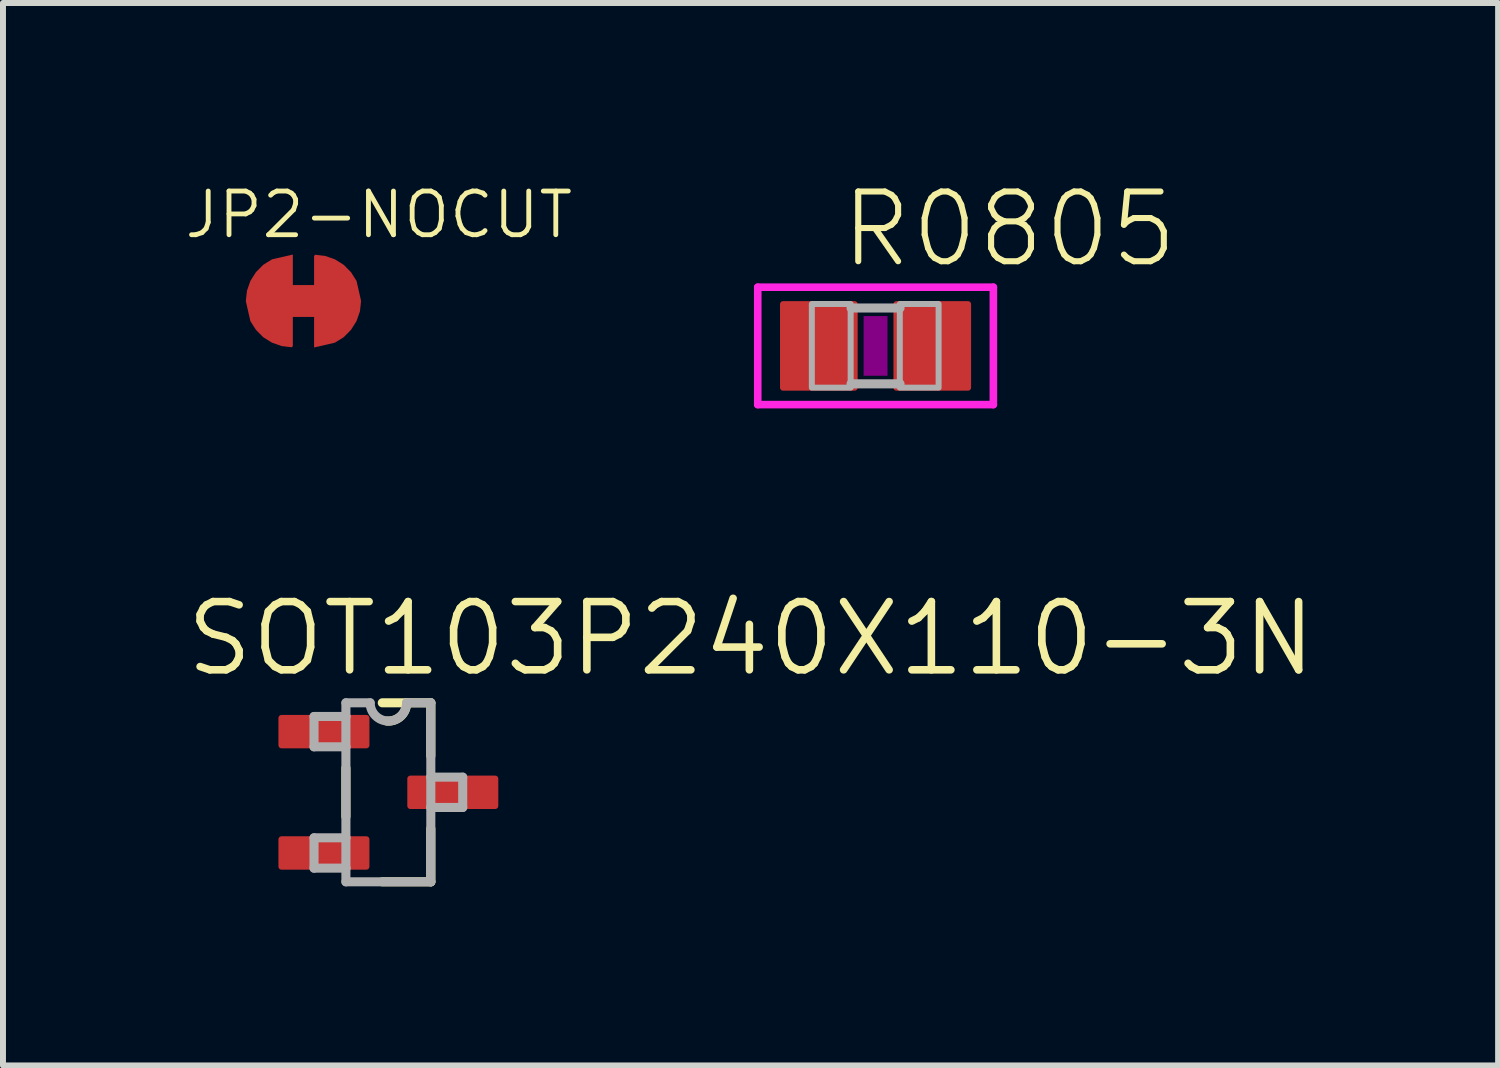
<source format=kicad_pcb>
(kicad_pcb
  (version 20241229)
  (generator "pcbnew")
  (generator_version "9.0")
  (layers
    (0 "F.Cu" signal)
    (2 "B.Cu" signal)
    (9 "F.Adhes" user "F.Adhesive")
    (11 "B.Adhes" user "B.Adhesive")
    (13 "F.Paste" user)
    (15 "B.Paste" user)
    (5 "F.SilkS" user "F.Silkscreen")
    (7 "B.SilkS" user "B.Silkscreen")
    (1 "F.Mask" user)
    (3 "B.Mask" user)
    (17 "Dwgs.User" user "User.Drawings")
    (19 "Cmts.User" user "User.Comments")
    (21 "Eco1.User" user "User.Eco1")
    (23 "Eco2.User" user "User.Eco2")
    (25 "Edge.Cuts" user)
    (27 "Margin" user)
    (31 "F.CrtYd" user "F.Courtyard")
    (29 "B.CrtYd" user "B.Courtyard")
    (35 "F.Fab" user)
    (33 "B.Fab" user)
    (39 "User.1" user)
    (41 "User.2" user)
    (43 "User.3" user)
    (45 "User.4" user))
  (footprint "R0805"
    (layer "F.Cu")
    (at 11.613 2.743)
    (property "Reference" "R0805" (at -0.635 -1.27 0) (layer "F.SilkS") (effects (font (size 1.168 1.168) (thickness 0.102)) (justify left bottom)))
    (fp_poly (pts (xy -0.2 0.5) (xy 0.2 0.5) (xy 0.2 -0.5) (xy -0.2 -0.5)) (stroke (width 0) (type solid)) (fill yes) (layer "F.Adhes"))
    (fp_line (start -1.973 -0.983) (end 1.973 -0.983) (stroke (width 0.127) (type solid)) (layer "F.CrtYd"))
    (fp_line (start -1.973 0.983) (end -1.973 -0.983) (stroke (width 0.127) (type solid)) (layer "F.CrtYd"))
    (fp_line (start 1.973 -0.983) (end 1.973 0.983) (stroke (width 0.127) (type solid)) (layer "F.CrtYd"))
    (fp_line (start 1.973 0.983) (end -1.973 0.983) (stroke (width 0.127) (type solid)) (layer "F.CrtYd"))
    (fp_line (start -0.41 -0.635) (end 0.41 -0.635) (stroke (width 0.152) (type solid)) (layer "F.Fab"))
    (fp_line (start -0.41 0.635) (end 0.41 0.635) (stroke (width 0.152) (type solid)) (layer "F.Fab"))
    (fp_poly (pts (xy -1.067 0.699) (xy -0.417 0.699) (xy -0.417 -0.702) (xy -1.067 -0.702)) (stroke (width 0.1) (type solid)) (fill no) (layer "F.Fab"))
    (fp_poly (pts (xy 0.406 0.699) (xy 1.056 0.699) (xy 1.056 -0.702) (xy 0.406 -0.702)) (stroke (width 0.1) (type solid)) (fill no) (layer "F.Fab"))
    (pad "1" smd roundrect (at -0.95 0) (size 1.3 1.5) (layers "F.Cu" "F.Mask" "F.Paste") (roundrect_rratio 0.039))
    (pad "2" smd roundrect (at 0.95 0) (size 1.3 1.5) (layers "F.Cu" "F.Mask" "F.Paste") (roundrect_rratio 0.039)))
  (footprint "SOT103P240X110-3N"
    (layer "F.Cu")
    (at 3.454 10.219)
    (property "Reference" "SOT103P240X110-3N" (at -3.454 -1.905 0) (layer "F.SilkS") (effects (font (size 1.143 1.143) (thickness 0.127)) (justify left bottom)))
    (fp_line (start -0.711 -0.406) (end -0.711 0.406) (stroke (width 0.152) (type solid)) (layer "F.SilkS"))
    (fp_line (start -0.102 1.499) (end 0.711 1.499) (stroke (width 0.152) (type solid)) (layer "F.SilkS"))
    (fp_line (start 0.305 -1.499) (end -0.102 -1.499) (stroke (width 0.152) (type solid)) (layer "F.SilkS"))
    (fp_line (start 0.711 -1.499) (end 0.305 -1.499) (stroke (width 0.152) (type solid)) (layer "F.SilkS"))
    (fp_line (start 0.711 -0.61) (end 0.711 -1.499) (stroke (width 0.152) (type solid)) (layer "F.SilkS"))
    (fp_line (start 0.711 1.499) (end 0.711 0.61) (stroke (width 0.152) (type solid)) (layer "F.SilkS"))
    (fp_arc (start 0.3048 -1.4986) (mid 0.206758 -1.273554) (end -0.0254 -1.1938) (stroke (width 0.1524) (type solid)) (layer "F.SilkS"))
    (fp_line (start -1.245 -1.27) (end -1.245 -0.762) (stroke (width 0.152) (type solid)) (layer "F.Fab"))
    (fp_line (start -1.245 -0.762) (end -0.711 -0.762) (stroke (width 0.152) (type solid)) (layer "F.Fab"))
    (fp_line (start -1.245 0.762) (end -1.245 1.27) (stroke (width 0.152) (type solid)) (layer "F.Fab"))
    (fp_line (start -1.245 1.27) (end -0.711 1.27) (stroke (width 0.152) (type solid)) (layer "F.Fab"))
    (fp_line (start -0.711 -1.499) (end -0.711 -1.27) (stroke (width 0.152) (type solid)) (layer "F.Fab"))
    (fp_line (start -0.711 -1.27) (end -1.245 -1.27) (stroke (width 0.152) (type solid)) (layer "F.Fab"))
    (fp_line (start -0.711 -1.27) (end -0.711 -0.762) (stroke (width 0.152) (type solid)) (layer "F.Fab"))
    (fp_line (start -0.711 -0.762) (end -0.711 0.762) (stroke (width 0.152) (type solid)) (layer "F.Fab"))
    (fp_line (start -0.711 0.762) (end -1.245 0.762) (stroke (width 0.152) (type solid)) (layer "F.Fab"))
    (fp_line (start -0.711 1.27) (end -0.711 0.762) (stroke (width 0.152) (type solid)) (layer "F.Fab"))
    (fp_line (start -0.711 1.499) (end -0.711 1.27) (stroke (width 0.152) (type solid)) (layer "F.Fab"))
    (fp_line (start -0.711 1.499) (end 0.711 1.499) (stroke (width 0.152) (type solid)) (layer "F.Fab"))
    (fp_line (start -0.305 -1.499) (end -0.711 -1.499) (stroke (width 0.152) (type solid)) (layer "F.Fab"))
    (fp_line (start 0.711 -1.499) (end 0.305 -1.499) (stroke (width 0.152) (type solid)) (layer "F.Fab"))
    (fp_line (start 0.711 -0.254) (end 0.711 -1.499) (stroke (width 0.152) (type solid)) (layer "F.Fab"))
    (fp_line (start 0.711 0.254) (end 0.711 -0.254) (stroke (width 0.152) (type solid)) (layer "F.Fab"))
    (fp_line (start 0.711 0.254) (end 1.245 0.254) (stroke (width 0.152) (type solid)) (layer "F.Fab"))
    (fp_line (start 0.711 1.499) (end 0.711 0.254) (stroke (width 0.152) (type solid)) (layer "F.Fab"))
    (fp_line (start 1.245 -0.254) (end 0.711 -0.254) (stroke (width 0.152) (type solid)) (layer "F.Fab"))
    (fp_line (start 1.245 0.254) (end 1.245 -0.254) (stroke (width 0.152) (type solid)) (layer "F.Fab"))
    (fp_arc (start 0.3048 -1.4986) (mid 0 -1.1938) (end -0.3048 -1.4986) (stroke (width 0.1524) (type solid)) (layer "F.Fab"))
    (pad "1" smd roundrect (at -1.079 -1.016) (size 1.524 0.559) (layers "F.Cu" "F.Mask" "F.Paste") (roundrect_rratio 0.091))
    (pad "2" smd roundrect (at -1.079 1.016) (size 1.524 0.559) (layers "F.Cu" "F.Mask" "F.Paste") (roundrect_rratio 0.091))
    (pad "3" smd roundrect (at 1.079 0) (size 1.524 0.559) (layers "F.Cu" "F.Mask" "F.Paste") (roundrect_rratio 0.091)))
  (footprint "JP2-NOCUT"
    (layer "F.Cu")
    (at 2.032 1.991)
    (property "Reference" "JP2-NOCUT" (at -2.032 -1.016 0) (layer "F.SilkS") (effects (font (size 0.732 0.732) (thickness 0.081)) (justify left bottom)))
    (fp_poly (pts (xy 0.363 -0.755) (xy 0.527 -0.698) (xy 0.674 -0.606) (xy 0.796 -0.483) (xy 0.889 -0.336) (xy 0.965 -0.003) (xy 0.953 -0.000001) (xy 0.965 0.001) (xy 0.946 0.172) (xy 0.889 0.336) (xy 0.796 0.483) (xy 0.674 0.606) (xy 0.526 0.698) (xy 0.178 0.778) (xy 0.178 -0.762) (xy 0.19 -0.762) (xy 0.192 -0.775)) (stroke (width 0) (type solid)) (fill yes) (layer "F.Cu"))
    (fp_poly (pts (xy -0.178 -0.267) (xy 0.33 -0.267) (xy 0.33 0.267) (xy -0.178 0.267) (xy -0.178 0.762) (xy -0.19 0.762) (xy -0.192 0.775) (xy -0.363 0.755) (xy -0.527 0.698) (xy -0.674 0.606) (xy -0.796 0.483) (xy -0.889 0.336) (xy -0.965 0.003) (xy -0.953 0.000001) (xy -0.965 -0.001) (xy -0.946 -0.172) (xy -0.889 -0.336) (xy -0.796 -0.483) (xy -0.674 -0.606) (xy -0.526 -0.698) (xy -0.178 -0.778)) (stroke (width 0) (type solid)) (fill yes) (layer "F.Cu"))
    (fp_poly (pts (xy 0.581 -0.813) (xy 0.753 -0.705) (xy 0.896 -0.562) (xy 1.003 -0.391) (xy 1.07 -0.201) (xy 1.092 -0.001) (xy 1.08 0.000001) (xy 1.092 0.003) (xy 1.003 0.391) (xy 0.896 0.562) (xy 0.753 0.705) (xy 0.582 0.812) (xy 0.391 0.879) (xy 0.203 0.9) (xy 0.203 0.902) (xy -0.013 0.902) (xy -0.013 -0.902) (xy 0.192 -0.902)) (stroke (width 0) (type solid)) (fill yes) (layer "F.Mask"))
    (fp_poly (pts (xy 0.013 0.902) (xy -0.192 0.902) (xy -0.581 0.813) (xy -0.753 0.705) (xy -0.896 0.562) (xy -1.003 0.391) (xy -1.07 0.201) (xy -1.092 0.001) (xy -1.08 -0.000001) (xy -1.092 -0.003) (xy -1.003 -0.391) (xy -0.896 -0.562) (xy -0.753 -0.705) (xy -0.582 -0.812) (xy -0.391 -0.879) (xy -0.192 -0.902) (xy -0.19 -0.889) (xy -0.19 -0.876) (xy -0.178 -0.876) (xy -0.178 -0.902) (xy 0.013 -0.902)) (stroke (width 0) (type solid)) (fill yes) (layer "F.Mask"))
    (pad "1" smd roundrect (at -0.445 0) (size 0.889 0.254) (layers "F.Cu") (roundrect_rratio 0.2))
    (pad "2" smd roundrect (at 0.635 0) (size 0.508 0.254) (layers "F.Cu") (roundrect_rratio 0.2)))
  (gr_rect
    (start -3 -3)
    (end 22.039 14.793)
    (stroke (width 0.1) (type default))
    (fill no)
    (layer "Edge.Cuts")))
</source>
